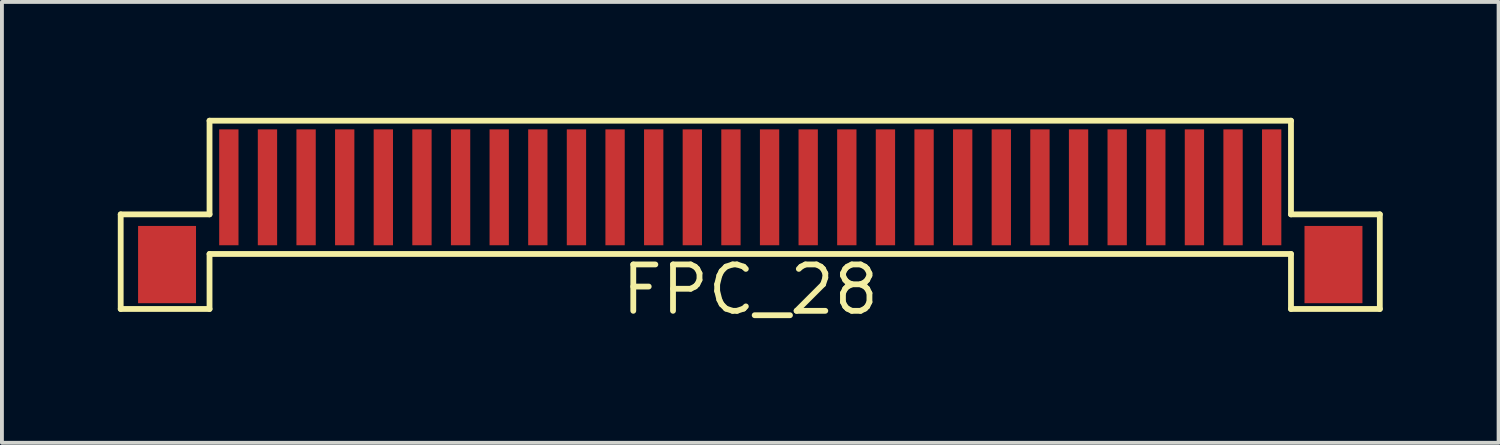
<source format=kicad_pcb>
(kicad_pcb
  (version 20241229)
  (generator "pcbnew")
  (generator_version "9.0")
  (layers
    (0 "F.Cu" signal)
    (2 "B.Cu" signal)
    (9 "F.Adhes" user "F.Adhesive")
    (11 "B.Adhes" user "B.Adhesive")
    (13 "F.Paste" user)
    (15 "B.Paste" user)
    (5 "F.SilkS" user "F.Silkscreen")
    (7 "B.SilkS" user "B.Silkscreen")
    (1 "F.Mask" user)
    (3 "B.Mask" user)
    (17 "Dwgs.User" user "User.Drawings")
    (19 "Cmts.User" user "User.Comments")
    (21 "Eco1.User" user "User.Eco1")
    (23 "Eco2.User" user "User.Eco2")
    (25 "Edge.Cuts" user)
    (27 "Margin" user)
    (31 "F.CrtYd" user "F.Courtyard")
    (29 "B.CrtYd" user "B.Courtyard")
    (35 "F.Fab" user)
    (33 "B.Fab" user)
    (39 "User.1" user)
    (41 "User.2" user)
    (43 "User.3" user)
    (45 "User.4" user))
  (footprint "FPC_28"
    (layer "F.Cu")
    (at 16.375 1.8)
    (property "Reference" "FPC_28" (at 0 2.65 0) (layer "F.SilkS") (effects (font (size 1.2 1.2) (thickness 0.15))))
    (attr through_hole)
    (fp_line (start -16.3 0.7) (end -14 0.7) (stroke (width 0.15) (type solid)) (layer "F.SilkS"))
    (fp_line (start -16.3 3.15) (end -16.3 0.7) (stroke (width 0.15) (type solid)) (layer "F.SilkS"))
    (fp_line (start -14 -1.725) (end 14 -1.725) (stroke (width 0.15) (type solid)) (layer "F.SilkS"))
    (fp_line (start -14 0.7) (end -14 -1.725) (stroke (width 0.15) (type solid)) (layer "F.SilkS"))
    (fp_line (start -14 1.725) (end -14 3.15) (stroke (width 0.15) (type solid)) (layer "F.SilkS"))
    (fp_line (start -14 1.725) (end 14 1.725) (stroke (width 0.15) (type solid)) (layer "F.SilkS"))
    (fp_line (start -14 3.15) (end -16.3 3.15) (stroke (width 0.15) (type solid)) (layer "F.SilkS"))
    (fp_line (start 14 0.7) (end 14 -1.725) (stroke (width 0.15) (type solid)) (layer "F.SilkS"))
    (fp_line (start 14 1.725) (end 14 3.15) (stroke (width 0.15) (type solid)) (layer "F.SilkS"))
    (fp_line (start 14 3.15) (end 16.3 3.15) (stroke (width 0.15) (type solid)) (layer "F.SilkS"))
    (fp_line (start 16.3 0.7) (end 14 0.7) (stroke (width 0.15) (type solid)) (layer "F.SilkS"))
    (fp_line (start 16.3 3.15) (end 16.3 0.7) (stroke (width 0.15) (type solid)) (layer "F.SilkS"))
    (pad "0" smd rect (at -15.1 2) (size 1.5 2) (layers "F.Cu" "F.Mask" "F.Paste"))
    (pad "0" smd rect (at 15.1 2) (size 1.5 2) (layers "F.Cu" "F.Mask" "F.Paste"))
    (pad "1" smd rect (at -13.5 0) (size 0.5 3) (layers "F.Cu" "F.Mask" "F.Paste"))
    (pad "2" smd rect (at -12.5 0) (size 0.5 3) (layers "F.Cu" "F.Mask" "F.Paste"))
    (pad "3" smd rect (at -11.5 0) (size 0.5 3) (layers "F.Cu" "F.Mask" "F.Paste"))
    (pad "4" smd rect (at -10.5 0) (size 0.5 3) (layers "F.Cu" "F.Mask" "F.Paste"))
    (pad "5" smd rect (at -9.5 0) (size 0.5 3) (layers "F.Cu" "F.Mask" "F.Paste"))
    (pad "6" smd rect (at -8.5 0) (size 0.5 3) (layers "F.Cu" "F.Mask" "F.Paste"))
    (pad "7" smd rect (at -7.5 0) (size 0.5 3) (layers "F.Cu" "F.Mask" "F.Paste"))
    (pad "8" smd rect (at -6.5 0) (size 0.5 3) (layers "F.Cu" "F.Mask" "F.Paste"))
    (pad "9" smd rect (at -5.5 0) (size 0.5 3) (layers "F.Cu" "F.Mask" "F.Paste"))
    (pad "10" smd rect (at -4.5 0) (size 0.5 3) (layers "F.Cu" "F.Mask" "F.Paste"))
    (pad "11" smd rect (at -3.5 0) (size 0.5 3) (layers "F.Cu" "F.Mask" "F.Paste"))
    (pad "12" smd rect (at -2.5 0) (size 0.5 3) (layers "F.Cu" "F.Mask" "F.Paste"))
    (pad "13" smd rect (at -1.5 0) (size 0.5 3) (layers "F.Cu" "F.Mask" "F.Paste"))
    (pad "14" smd rect (at -0.5 0) (size 0.5 3) (layers "F.Cu" "F.Mask" "F.Paste"))
    (pad "15" smd rect (at 0.5 0) (size 0.5 3) (layers "F.Cu" "F.Mask" "F.Paste"))
    (pad "16" smd rect (at 1.5 0) (size 0.5 3) (layers "F.Cu" "F.Mask" "F.Paste"))
    (pad "17" smd rect (at 2.5 0) (size 0.5 3) (layers "F.Cu" "F.Mask" "F.Paste"))
    (pad "18" smd rect (at 3.5 0) (size 0.5 3) (layers "F.Cu" "F.Mask" "F.Paste"))
    (pad "19" smd rect (at 4.5 0) (size 0.5 3) (layers "F.Cu" "F.Mask" "F.Paste"))
    (pad "20" smd rect (at 5.5 0) (size 0.5 3) (layers "F.Cu" "F.Mask" "F.Paste"))
    (pad "21" smd rect (at 6.5 0) (size 0.5 3) (layers "F.Cu" "F.Mask" "F.Paste"))
    (pad "22" smd rect (at 7.5 0) (size 0.5 3) (layers "F.Cu" "F.Mask" "F.Paste"))
    (pad "23" smd rect (at 8.5 0) (size 0.5 3) (layers "F.Cu" "F.Mask" "F.Paste"))
    (pad "24" smd rect (at 9.5 0) (size 0.5 3) (layers "F.Cu" "F.Mask" "F.Paste"))
    (pad "25" smd rect (at 10.5 0) (size 0.5 3) (layers "F.Cu" "F.Mask" "F.Paste"))
    (pad "26" smd rect (at 11.5 0) (size 0.5 3) (layers "F.Cu" "F.Mask" "F.Paste"))
    (pad "27" smd rect (at 12.5 0) (size 0.5 3) (layers "F.Cu" "F.Mask" "F.Paste"))
    (pad "28" smd rect (at 13.5 0) (size 0.5 3) (layers "F.Cu" "F.Mask" "F.Paste")))
  (gr_rect
    (start -3 -3)
    (end 35.75 8.415)
    (stroke (width 0.1) (type default))
    (fill no)
    (layer "Edge.Cuts")))
</source>
